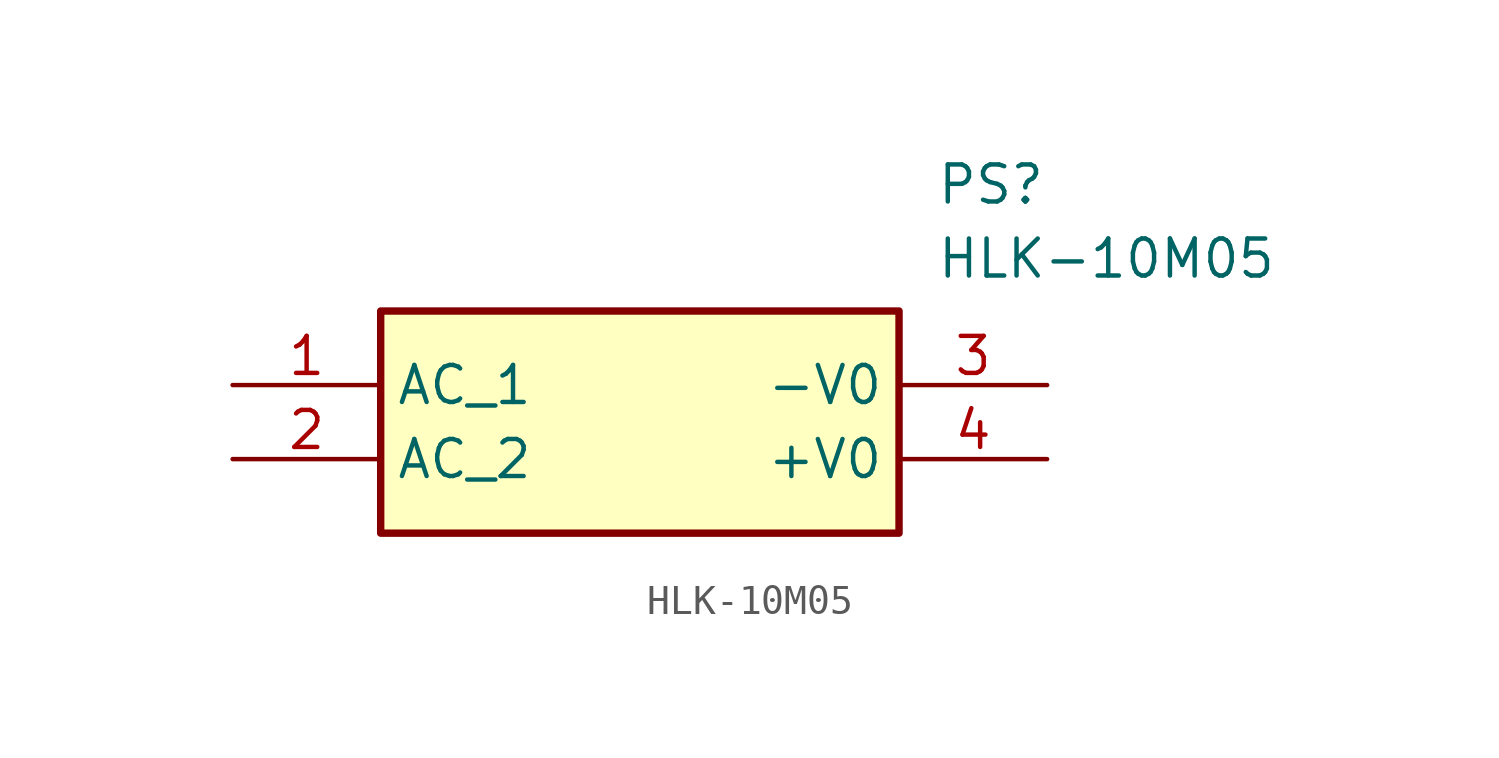
<source format=kicad_sym>
(kicad_symbol_lib
  (version 20211014)
  (generator SamacSys_ECAD_Model)
  (symbol "HLK-10M05"
    (property "Reference" "PS"
      (at 24.13 7.62 0)
      (effects (font (size 1.27 1.27)) (justify left top)))
    (property "Value" "HLK-10M05"
      (at 24.13 5.08 0)
      (effects (font (size 1.27 1.27)) (justify left top)))
    (rectangle
      (start 5.08 2.54)
      (end 22.86 -5.08)
      (stroke (width 0.254) (type default))
      (fill (type background)))
    (pin passive line
      (at 0 0 0)
      (length 5.08)
      (name "AC_1" (effects (font (size 1.27 1.27))))
      (number "1" (effects (font (size 1.27 1.27)))))
    (pin passive line
      (at 0 -2.54 0)
      (length 5.08)
      (name "AC_2" (effects (font (size 1.27 1.27))))
      (number "2" (effects (font (size 1.27 1.27)))))
    (pin passive line
      (at 27.94 0 180)
      (length 5.08)
      (name "-V0" (effects (font (size 1.27 1.27))))
      (number "3" (effects (font (size 1.27 1.27)))))
    (pin passive line
      (at 27.94 -2.54 180)
      (length 5.08)
      (name "+V0" (effects (font (size 1.27 1.27))))
      (number "4" (effects (font (size 1.27 1.27)))))))
</source>
